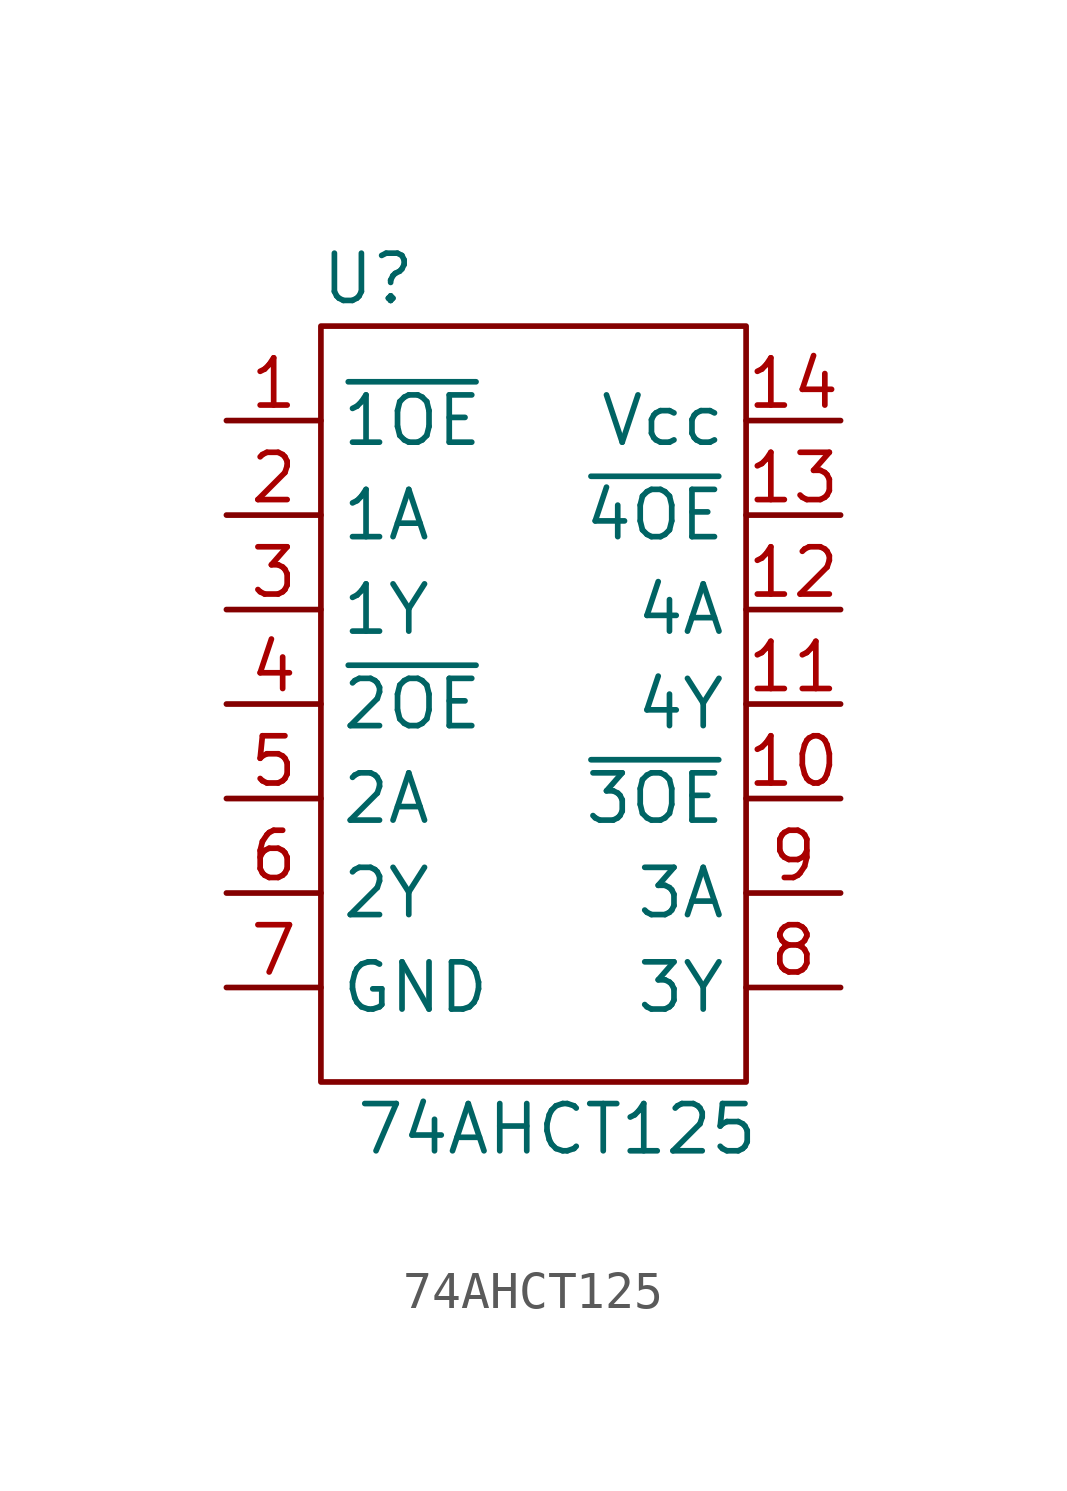
<source format=kicad_sym>
(kicad_symbol_lib
  (version 20211014)
  (generator kicad_symbol_editor)
  (symbol "74AHCT125"
    (property "Reference" "U"
      (at -5.08 10.16 0)
      (effects (font (size 1.27 1.27))))
    (property "Value" "74AHCT125"
      (at 0 -12.7 0)
      (effects (font (size 1.27 1.27))))
    (symbol "74AHCT125_0_1"
      (rectangle (start -6.35 8.89) (end 5.08 -11.43) (stroke (width 0) (type default) (color 0 0 0 0)) (fill (type none))))
    (symbol "74AHCT125_1_1"
      (pin input line (at -8.89 6.35 0) (length 2.54) (name "~{1OE}" (effects (font (size 1.27 1.27)))) (number "1" (effects (font (size 1.27 1.27)))))
      (pin input line (at 7.62 -3.81 180) (length 2.54) (name "~{3OE}" (effects (font (size 1.27 1.27)))) (number "10" (effects (font (size 1.27 1.27)))))
      (pin input line (at 7.62 -1.27 180) (length 2.54) (name "4Y" (effects (font (size 1.27 1.27)))) (number "11" (effects (font (size 1.27 1.27)))))
      (pin input line (at 7.62 1.27 180) (length 2.54) (name "4A" (effects (font (size 1.27 1.27)))) (number "12" (effects (font (size 1.27 1.27)))))
      (pin input line (at 7.62 3.81 180) (length 2.54) (name "~{4OE}" (effects (font (size 1.27 1.27)))) (number "13" (effects (font (size 1.27 1.27)))))
      (pin input line (at 7.62 6.35 180) (length 2.54) (name "Vcc" (effects (font (size 1.27 1.27)))) (number "14" (effects (font (size 1.27 1.27)))))
      (pin input line (at -8.89 3.81 0) (length 2.54) (name "1A" (effects (font (size 1.27 1.27)))) (number "2" (effects (font (size 1.27 1.27)))))
      (pin input line (at -8.89 1.27 0) (length 2.54) (name "1Y" (effects (font (size 1.27 1.27)))) (number "3" (effects (font (size 1.27 1.27)))))
      (pin input line (at -8.89 -1.27 0) (length 2.54) (name "~{2OE}" (effects (font (size 1.27 1.27)))) (number "4" (effects (font (size 1.27 1.27)))))
      (pin input line (at -8.89 -3.81 0) (length 2.54) (name "2A" (effects (font (size 1.27 1.27)))) (number "5" (effects (font (size 1.27 1.27)))))
      (pin input line (at -8.89 -6.35 0) (length 2.54) (name "2Y" (effects (font (size 1.27 1.27)))) (number "6" (effects (font (size 1.27 1.27)))))
      (pin input line (at -8.89 -8.89 0) (length 2.54) (name "GND" (effects (font (size 1.27 1.27)))) (number "7" (effects (font (size 1.27 1.27)))))
      (pin input line (at 7.62 -8.89 180) (length 2.54) (name "3Y" (effects (font (size 1.27 1.27)))) (number "8" (effects (font (size 1.27 1.27)))))
      (pin input line (at 7.62 -6.35 180) (length 2.54) (name "3A" (effects (font (size 1.27 1.27)))) (number "9" (effects (font (size 1.27 1.27))))))))
</source>
